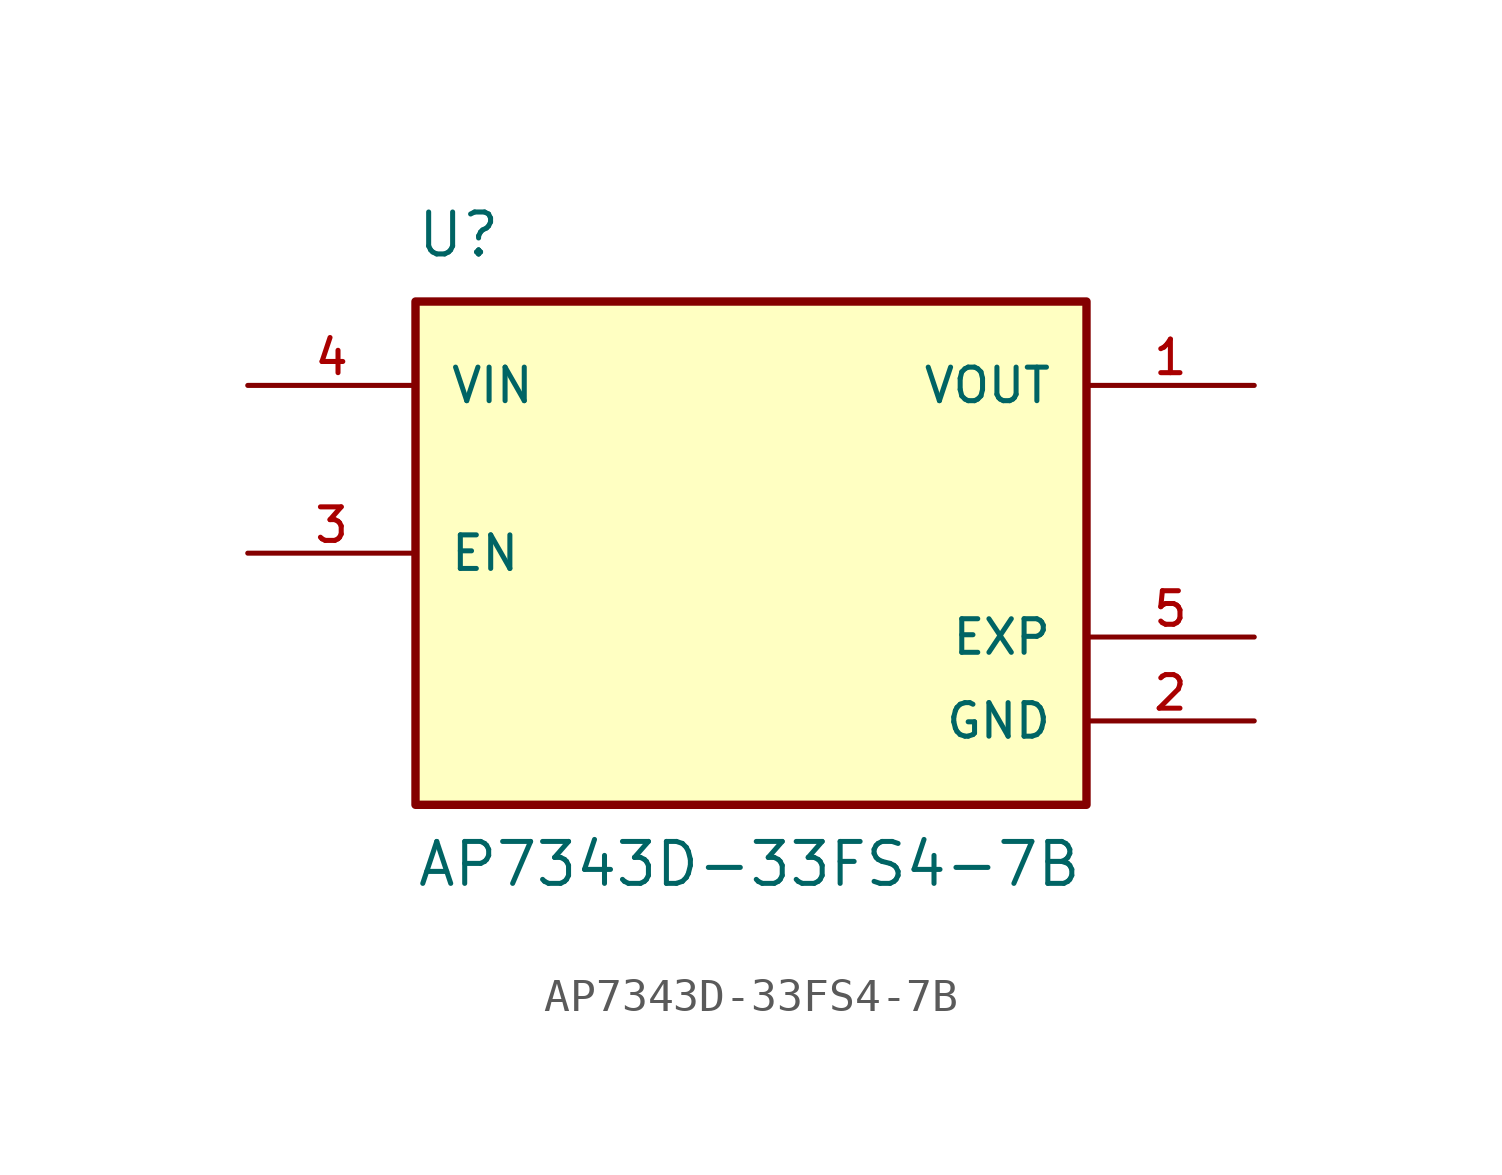
<source format=kicad_sym>
(kicad_symbol_lib
  (version 20211014)
  (generator kicad_symbol_editor)
  (symbol "AP7343D-33FS4-7B"
    (pin_names
      (offset 1.016))
    (property "Reference" "U"
      (at -10.164 8.898 0)
      (effects (font (size 1.27 1.27)) (justify bottom left)))
    (property "Value" "AP7343D-33FS4-7B"
      (at -10.161 -10.163 0)
      (effects (font (size 1.27 1.27)) (justify bottom left)))
    (symbol "AP7343D-33FS4-7B_0_0"
      (rectangle (start -10.16 -7.62) (end 10.16 7.62) (stroke (width 0.254)) (fill (type background)))
      (pin input line (at -15.24 5.08 0) (length 5.08) (name "VIN" (effects (font (size 1.016 1.016)))) (number "4" (effects (font (size 1.016 1.016)))))
      (pin output line (at 15.24 5.08 180.0) (length 5.08) (name "VOUT" (effects (font (size 1.016 1.016)))) (number "1" (effects (font (size 1.016 1.016)))))
      (pin power_in line (at 15.24 -5.08 180.0) (length 5.08) (name "GND" (effects (font (size 1.016 1.016)))) (number "2" (effects (font (size 1.016 1.016)))))
      (pin input line (at -15.24 0.0 0) (length 5.08) (name "EN" (effects (font (size 1.016 1.016)))) (number "3" (effects (font (size 1.016 1.016)))))
      (pin passive line (at 15.24 -2.54 180.0) (length 5.08) (name "EXP" (effects (font (size 1.016 1.016)))) (number "5" (effects (font (size 1.016 1.016))))))))
</source>
